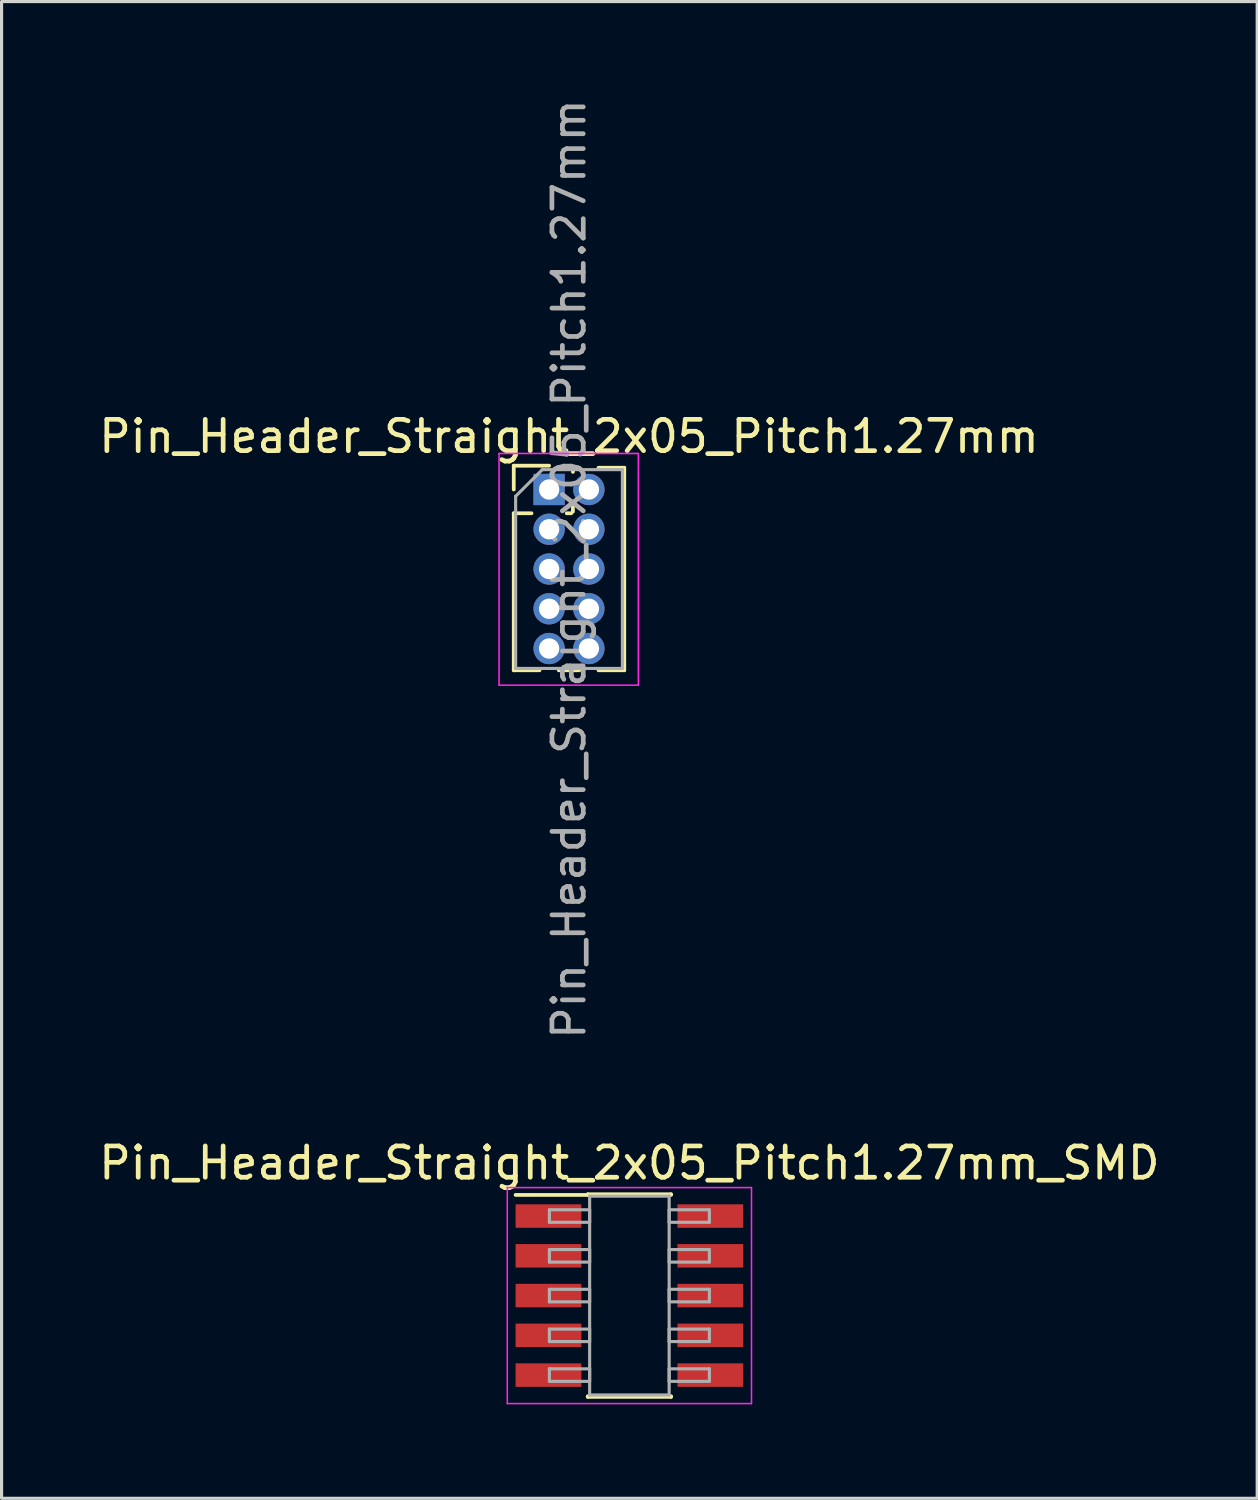
<source format=kicad_pcb>
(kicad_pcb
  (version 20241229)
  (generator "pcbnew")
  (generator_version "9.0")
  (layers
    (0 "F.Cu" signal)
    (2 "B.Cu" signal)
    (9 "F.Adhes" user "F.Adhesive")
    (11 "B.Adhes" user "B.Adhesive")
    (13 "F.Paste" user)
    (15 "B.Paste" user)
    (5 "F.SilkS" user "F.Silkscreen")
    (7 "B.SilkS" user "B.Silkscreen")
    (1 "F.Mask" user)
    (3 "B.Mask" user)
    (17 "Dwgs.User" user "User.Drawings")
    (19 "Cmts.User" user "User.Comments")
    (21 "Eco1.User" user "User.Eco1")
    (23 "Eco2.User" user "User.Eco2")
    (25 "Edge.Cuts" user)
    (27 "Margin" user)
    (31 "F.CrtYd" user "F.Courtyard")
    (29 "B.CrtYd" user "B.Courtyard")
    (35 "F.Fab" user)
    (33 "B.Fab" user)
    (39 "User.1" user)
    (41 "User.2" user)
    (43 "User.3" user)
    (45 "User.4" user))
  (footprint "Pin_Header_Straight_2x05_Pitch1.27mm"
    (layer "F.Cu")
    (at 14.49 12.585)
    (property "Reference" "Pin_Header_Straight_2x05_Pitch1.27mm" (at 0.635 -1.695 0) (layer "F.SilkS") (effects (font (size 1 1) (thickness 0.15))))
    (attr through_hole)
    (fp_line (start -1.13 -0.76) (end 0 -0.76) (stroke (width 0.12) (type solid)) (layer "F.SilkS"))
    (fp_line (start -1.13 0) (end -1.13 -0.76) (stroke (width 0.12) (type solid)) (layer "F.SilkS"))
    (fp_line (start -1.13 0.76) (end -1.13 5.775) (stroke (width 0.12) (type solid)) (layer "F.SilkS"))
    (fp_line (start -1.13 0.76) (end -0.563 0.76) (stroke (width 0.12) (type solid)) (layer "F.SilkS"))
    (fp_line (start -1.13 5.775) (end -0.308 5.775) (stroke (width 0.12) (type solid)) (layer "F.SilkS"))
    (fp_line (start 0.308 5.775) (end 0.962 5.775) (stroke (width 0.12) (type solid)) (layer "F.SilkS"))
    (fp_line (start 0.563 0.76) (end 0.707 0.76) (stroke (width 0.12) (type solid)) (layer "F.SilkS"))
    (fp_line (start 0.76 -0.695) (end 0.962 -0.695) (stroke (width 0.12) (type solid)) (layer "F.SilkS"))
    (fp_line (start 0.76 -0.563) (end 0.76 -0.695) (stroke (width 0.12) (type solid)) (layer "F.SilkS"))
    (fp_line (start 0.76 0.707) (end 0.76 0.563) (stroke (width 0.12) (type solid)) (layer "F.SilkS"))
    (fp_line (start 1.578 -0.695) (end 2.4 -0.695) (stroke (width 0.12) (type solid)) (layer "F.SilkS"))
    (fp_line (start 1.578 5.775) (end 2.4 5.775) (stroke (width 0.12) (type solid)) (layer "F.SilkS"))
    (fp_line (start 2.4 -0.695) (end 2.4 5.775) (stroke (width 0.12) (type solid)) (layer "F.SilkS"))
    (fp_line (start -1.6 -1.15) (end -1.6 6.25) (stroke (width 0.05) (type solid)) (layer "F.CrtYd"))
    (fp_line (start -1.6 6.25) (end 2.85 6.25) (stroke (width 0.05) (type solid)) (layer "F.CrtYd"))
    (fp_line (start 2.85 -1.15) (end -1.6 -1.15) (stroke (width 0.05) (type solid)) (layer "F.CrtYd"))
    (fp_line (start 2.85 6.25) (end 2.85 -1.15) (stroke (width 0.05) (type solid)) (layer "F.CrtYd"))
    (fp_line (start -1.07 0.217) (end -0.217 -0.635) (stroke (width 0.1) (type solid)) (layer "F.Fab"))
    (fp_line (start -1.07 5.715) (end -1.07 0.217) (stroke (width 0.1) (type solid)) (layer "F.Fab"))
    (fp_line (start -0.217 -0.635) (end 2.34 -0.635) (stroke (width 0.1) (type solid)) (layer "F.Fab"))
    (fp_line (start 2.34 -0.635) (end 2.34 5.715) (stroke (width 0.1) (type solid)) (layer "F.Fab"))
    (fp_line (start 2.34 5.715) (end -1.07 5.715) (stroke (width 0.1) (type solid)) (layer "F.Fab"))
    (fp_text user "${REFERENCE}" (at 0.635 2.54 90) (layer "F.Fab") (effects (font (size 1 1) (thickness 0.15))))
    (pad "1" thru_hole rect (at 0 0) (size 1 1) (drill 0.65) (layers "*.Cu" "*.Mask"))
    (pad "2" thru_hole oval (at 1.27 0) (size 1 1) (drill 0.65) (layers "*.Cu" "*.Mask"))
    (pad "3" thru_hole oval (at 0 1.27) (size 1 1) (drill 0.65) (layers "*.Cu" "*.Mask"))
    (pad "4" thru_hole oval (at 1.27 1.27) (size 1 1) (drill 0.65) (layers "*.Cu" "*.Mask"))
    (pad "5" thru_hole oval (at 0 2.54) (size 1 1) (drill 0.65) (layers "*.Cu" "*.Mask"))
    (pad "6" thru_hole oval (at 1.27 2.54) (size 1 1) (drill 0.65) (layers "*.Cu" "*.Mask"))
    (pad "7" thru_hole oval (at 0 3.81) (size 1 1) (drill 0.65) (layers "*.Cu" "*.Mask"))
    (pad "8" thru_hole oval (at 1.27 3.81) (size 1 1) (drill 0.65) (layers "*.Cu" "*.Mask"))
    (pad "9" thru_hole oval (at 0 5.08) (size 1 1) (drill 0.65) (layers "*.Cu" "*.Mask"))
    (pad "10" thru_hole oval (at 1.27 5.08) (size 1 1) (drill 0.65) (layers "*.Cu" "*.Mask")))
  (footprint "Pin_Header_Straight_2x05_Pitch1.27mm_SMD"
    (layer "F.Cu")
    (at 17.054 38.333)
    (property "Reference" "Pin_Header_Straight_2x05_Pitch1.27mm_SMD" (at 0 -4.235 0) (layer "F.SilkS") (effects (font (size 1 1) (thickness 0.15))))
    (attr smd)
    (fp_line (start -3.635 -3.215) (end -1.33 -3.215) (stroke (width 0.12) (type solid)) (layer "F.SilkS"))
    (fp_line (start -1.33 -3.235) (end 1.33 -3.235) (stroke (width 0.12) (type solid)) (layer "F.SilkS"))
    (fp_line (start -1.33 -3.215) (end -1.33 -3.235) (stroke (width 0.12) (type solid)) (layer "F.SilkS"))
    (fp_line (start -1.33 3.215) (end -1.33 3.235) (stroke (width 0.12) (type solid)) (layer "F.SilkS"))
    (fp_line (start -1.33 3.235) (end 1.33 3.235) (stroke (width 0.12) (type solid)) (layer "F.SilkS"))
    (fp_line (start 1.33 -3.235) (end 1.33 -3.215) (stroke (width 0.12) (type solid)) (layer "F.SilkS"))
    (fp_line (start 1.33 3.235) (end 1.33 3.215) (stroke (width 0.12) (type solid)) (layer "F.SilkS"))
    (fp_line (start -3.9 -3.45) (end -3.9 3.45) (stroke (width 0.05) (type solid)) (layer "F.CrtYd"))
    (fp_line (start -3.9 3.45) (end 3.9 3.45) (stroke (width 0.05) (type solid)) (layer "F.CrtYd"))
    (fp_line (start 3.9 -3.45) (end -3.9 -3.45) (stroke (width 0.05) (type solid)) (layer "F.CrtYd"))
    (fp_line (start 3.9 3.45) (end 3.9 -3.45) (stroke (width 0.05) (type solid)) (layer "F.CrtYd"))
    (fp_line (start -2.555 -2.74) (end -1.27 -2.74) (stroke (width 0.1) (type solid)) (layer "F.Fab"))
    (fp_line (start -2.555 -2.34) (end -2.555 -2.74) (stroke (width 0.1) (type solid)) (layer "F.Fab"))
    (fp_line (start -2.555 -1.47) (end -1.27 -1.47) (stroke (width 0.1) (type solid)) (layer "F.Fab"))
    (fp_line (start -2.555 -1.07) (end -2.555 -1.47) (stroke (width 0.1) (type solid)) (layer "F.Fab"))
    (fp_line (start -2.555 -0.2) (end -1.27 -0.2) (stroke (width 0.1) (type solid)) (layer "F.Fab"))
    (fp_line (start -2.555 0.2) (end -2.555 -0.2) (stroke (width 0.1) (type solid)) (layer "F.Fab"))
    (fp_line (start -2.555 1.07) (end -1.27 1.07) (stroke (width 0.1) (type solid)) (layer "F.Fab"))
    (fp_line (start -2.555 1.47) (end -2.555 1.07) (stroke (width 0.1) (type solid)) (layer "F.Fab"))
    (fp_line (start -2.555 2.34) (end -1.27 2.34) (stroke (width 0.1) (type solid)) (layer "F.Fab"))
    (fp_line (start -2.555 2.74) (end -2.555 2.34) (stroke (width 0.1) (type solid)) (layer "F.Fab"))
    (fp_line (start -1.27 -3.175) (end -1.27 3.175) (stroke (width 0.1) (type solid)) (layer "F.Fab"))
    (fp_line (start -1.27 -2.74) (end -1.27 -2.34) (stroke (width 0.1) (type solid)) (layer "F.Fab"))
    (fp_line (start -1.27 -2.34) (end -2.555 -2.34) (stroke (width 0.1) (type solid)) (layer "F.Fab"))
    (fp_line (start -1.27 -1.47) (end -1.27 -1.07) (stroke (width 0.1) (type solid)) (layer "F.Fab"))
    (fp_line (start -1.27 -1.07) (end -2.555 -1.07) (stroke (width 0.1) (type solid)) (layer "F.Fab"))
    (fp_line (start -1.27 -0.2) (end -1.27 0.2) (stroke (width 0.1) (type solid)) (layer "F.Fab"))
    (fp_line (start -1.27 0.2) (end -2.555 0.2) (stroke (width 0.1) (type solid)) (layer "F.Fab"))
    (fp_line (start -1.27 1.07) (end -1.27 1.47) (stroke (width 0.1) (type solid)) (layer "F.Fab"))
    (fp_line (start -1.27 1.47) (end -2.555 1.47) (stroke (width 0.1) (type solid)) (layer "F.Fab"))
    (fp_line (start -1.27 2.34) (end -1.27 2.74) (stroke (width 0.1) (type solid)) (layer "F.Fab"))
    (fp_line (start -1.27 2.74) (end -2.555 2.74) (stroke (width 0.1) (type solid)) (layer "F.Fab"))
    (fp_line (start -1.27 3.175) (end 1.27 3.175) (stroke (width 0.1) (type solid)) (layer "F.Fab"))
    (fp_line (start 1.27 -3.175) (end -1.27 -3.175) (stroke (width 0.1) (type solid)) (layer "F.Fab"))
    (fp_line (start 1.27 -2.74) (end 1.27 -2.34) (stroke (width 0.1) (type solid)) (layer "F.Fab"))
    (fp_line (start 1.27 -2.34) (end 2.555 -2.34) (stroke (width 0.1) (type solid)) (layer "F.Fab"))
    (fp_line (start 1.27 -1.47) (end 1.27 -1.07) (stroke (width 0.1) (type solid)) (layer "F.Fab"))
    (fp_line (start 1.27 -1.07) (end 2.555 -1.07) (stroke (width 0.1) (type solid)) (layer "F.Fab"))
    (fp_line (start 1.27 -0.2) (end 1.27 0.2) (stroke (width 0.1) (type solid)) (layer "F.Fab"))
    (fp_line (start 1.27 0.2) (end 2.555 0.2) (stroke (width 0.1) (type solid)) (layer "F.Fab"))
    (fp_line (start 1.27 1.07) (end 1.27 1.47) (stroke (width 0.1) (type solid)) (layer "F.Fab"))
    (fp_line (start 1.27 1.47) (end 2.555 1.47) (stroke (width 0.1) (type solid)) (layer "F.Fab"))
    (fp_line (start 1.27 2.34) (end 1.27 2.74) (stroke (width 0.1) (type solid)) (layer "F.Fab"))
    (fp_line (start 1.27 2.74) (end 2.555 2.74) (stroke (width 0.1) (type solid)) (layer "F.Fab"))
    (fp_line (start 1.27 3.175) (end 1.27 -3.175) (stroke (width 0.1) (type solid)) (layer "F.Fab"))
    (fp_line (start 2.555 -2.74) (end 1.27 -2.74) (stroke (width 0.1) (type solid)) (layer "F.Fab"))
    (fp_line (start 2.555 -2.34) (end 2.555 -2.74) (stroke (width 0.1) (type solid)) (layer "F.Fab"))
    (fp_line (start 2.555 -1.47) (end 1.27 -1.47) (stroke (width 0.1) (type solid)) (layer "F.Fab"))
    (fp_line (start 2.555 -1.07) (end 2.555 -1.47) (stroke (width 0.1) (type solid)) (layer "F.Fab"))
    (fp_line (start 2.555 -0.2) (end 1.27 -0.2) (stroke (width 0.1) (type solid)) (layer "F.Fab"))
    (fp_line (start 2.555 0.2) (end 2.555 -0.2) (stroke (width 0.1) (type solid)) (layer "F.Fab"))
    (fp_line (start 2.555 1.07) (end 1.27 1.07) (stroke (width 0.1) (type solid)) (layer "F.Fab"))
    (fp_line (start 2.555 1.47) (end 2.555 1.07) (stroke (width 0.1) (type solid)) (layer "F.Fab"))
    (fp_line (start 2.555 2.34) (end 1.27 2.34) (stroke (width 0.1) (type solid)) (layer "F.Fab"))
    (fp_line (start 2.555 2.74) (end 2.555 2.34) (stroke (width 0.1) (type solid)) (layer "F.Fab"))
    (pad "1" smd rect (at -2.585 -2.54) (size 2.1 0.75) (layers "F.Cu" "F.Mask"))
    (pad "2" smd rect (at 2.585 -2.54) (size 2.1 0.75) (layers "F.Cu" "F.Mask"))
    (pad "3" smd rect (at -2.585 -1.27) (size 2.1 0.75) (layers "F.Cu" "F.Mask"))
    (pad "4" smd rect (at 2.585 -1.27) (size 2.1 0.75) (layers "F.Cu" "F.Mask"))
    (pad "5" smd rect (at -2.585 0) (size 2.1 0.75) (layers "F.Cu" "F.Mask"))
    (pad "6" smd rect (at 2.585 0) (size 2.1 0.75) (layers "F.Cu" "F.Mask"))
    (pad "7" smd rect (at -2.585 1.27) (size 2.1 0.75) (layers "F.Cu" "F.Mask"))
    (pad "8" smd rect (at 2.585 1.27) (size 2.1 0.75) (layers "F.Cu" "F.Mask"))
    (pad "9" smd rect (at -2.585 2.54) (size 2.1 0.75) (layers "F.Cu" "F.Mask"))
    (pad "10" smd rect (at 2.585 2.54) (size 2.1 0.75) (layers "F.Cu" "F.Mask")))
  (gr_rect
    (start -3 -3)
    (end 37.107 44.808)
    (stroke (width 0.1) (type default))
    (fill no)
    (layer "Edge.Cuts")))
</source>
